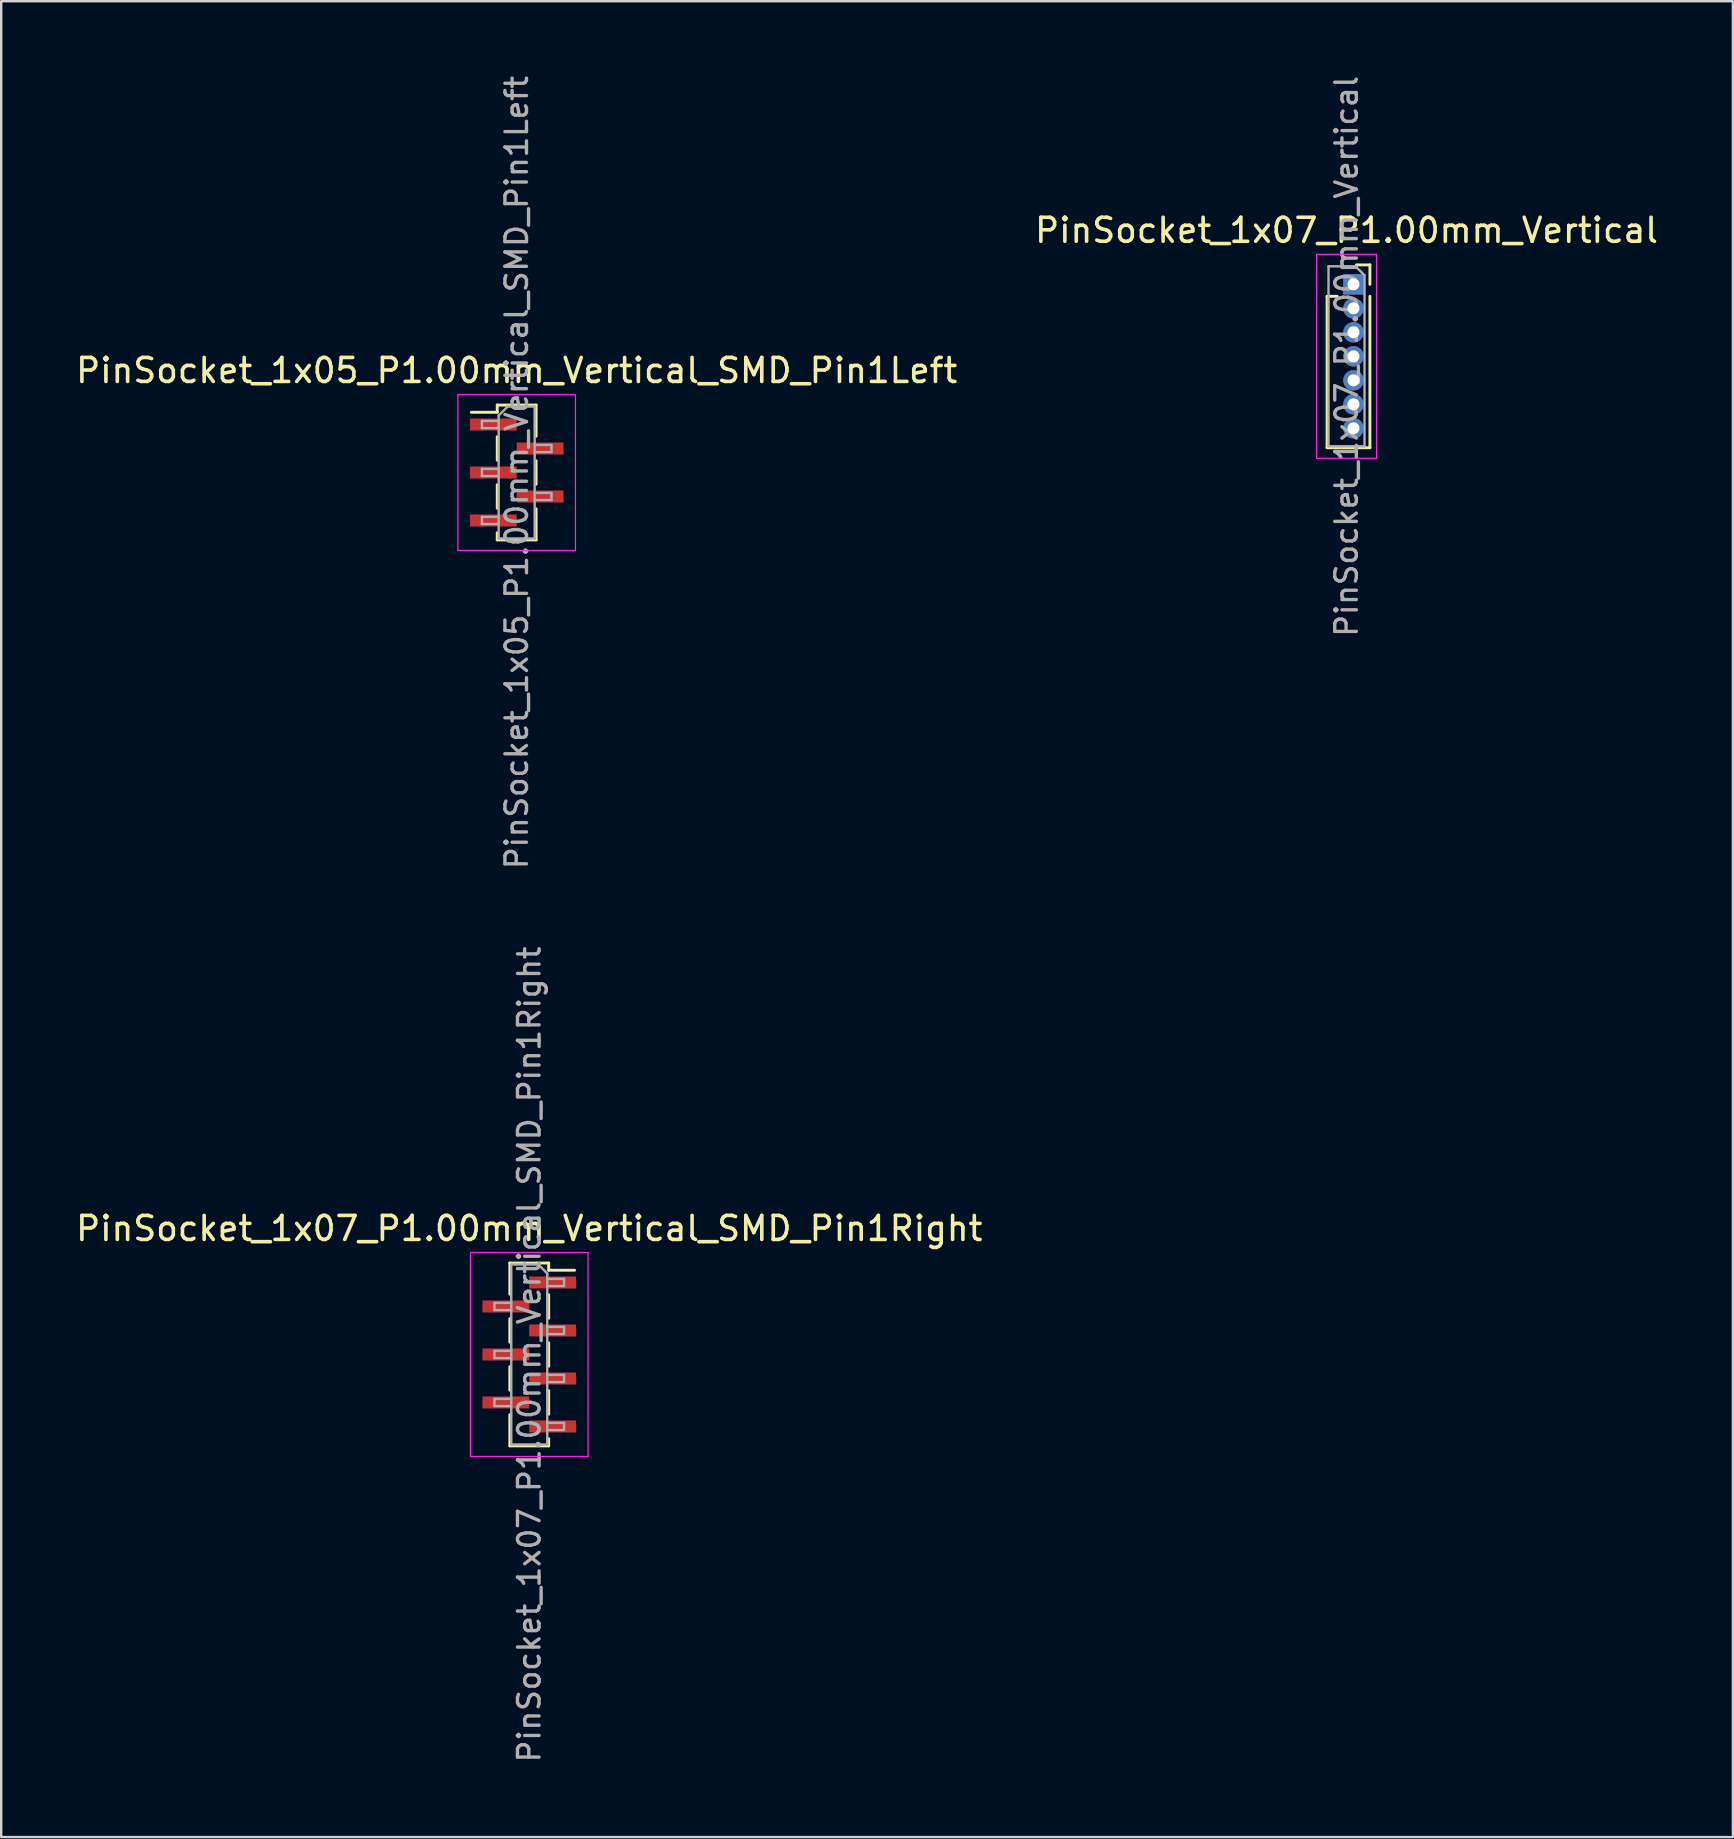
<source format=kicad_pcb>
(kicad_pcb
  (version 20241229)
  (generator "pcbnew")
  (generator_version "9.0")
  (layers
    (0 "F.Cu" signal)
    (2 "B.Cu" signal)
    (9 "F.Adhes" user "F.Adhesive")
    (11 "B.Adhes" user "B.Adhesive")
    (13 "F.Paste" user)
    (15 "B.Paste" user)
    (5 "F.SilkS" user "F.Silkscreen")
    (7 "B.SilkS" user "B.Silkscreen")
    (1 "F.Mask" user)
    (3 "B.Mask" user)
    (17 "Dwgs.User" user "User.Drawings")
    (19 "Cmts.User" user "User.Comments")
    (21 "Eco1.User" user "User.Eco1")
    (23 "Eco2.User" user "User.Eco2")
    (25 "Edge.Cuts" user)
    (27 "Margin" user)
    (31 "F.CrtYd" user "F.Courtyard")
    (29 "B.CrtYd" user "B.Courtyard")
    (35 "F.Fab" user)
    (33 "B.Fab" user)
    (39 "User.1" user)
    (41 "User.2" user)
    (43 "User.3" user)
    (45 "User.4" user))
  (footprint "PinSocket_1x05_P1.00mm_Vertical_SMD_Pin1Left"
    (layer "F.Cu")
    (at 18.482 16.641)
    (property "Reference" "PinSocket_1x05_P1.00mm_Vertical_SMD_Pin1Left" (at 0 -4.25 0) (layer "F.SilkS") (effects (font (size 1 1) (thickness 0.15))))
    (attr smd)
    (fp_line (start -1.89 -2.51) (end -0.81 -2.51) (stroke (width 0.12) (type solid)) (layer "F.SilkS"))
    (fp_line (start -0.81 -2.81) (end -0.81 -2.51) (stroke (width 0.12) (type solid)) (layer "F.SilkS"))
    (fp_line (start -0.81 -2.81) (end 0.81 -2.81) (stroke (width 0.12) (type solid)) (layer "F.SilkS"))
    (fp_line (start -0.81 -1.49) (end -0.81 -0.51) (stroke (width 0.12) (type solid)) (layer "F.SilkS"))
    (fp_line (start -0.81 0.51) (end -0.81 1.49) (stroke (width 0.12) (type solid)) (layer "F.SilkS"))
    (fp_line (start -0.81 2.51) (end -0.81 2.81) (stroke (width 0.12) (type solid)) (layer "F.SilkS"))
    (fp_line (start -0.81 2.81) (end 0.81 2.81) (stroke (width 0.12) (type solid)) (layer "F.SilkS"))
    (fp_line (start 0.81 -2.81) (end 0.81 -1.51) (stroke (width 0.12) (type solid)) (layer "F.SilkS"))
    (fp_line (start 0.81 -0.49) (end 0.81 0.49) (stroke (width 0.12) (type solid)) (layer "F.SilkS"))
    (fp_line (start 0.81 1.51) (end 0.81 2.81) (stroke (width 0.12) (type solid)) (layer "F.SilkS"))
    (fp_line (start -2.45 -3.25) (end 2.45 -3.25) (stroke (width 0.05) (type solid)) (layer "F.CrtYd"))
    (fp_line (start -2.45 3.25) (end -2.45 -3.25) (stroke (width 0.05) (type solid)) (layer "F.CrtYd"))
    (fp_line (start 2.45 -3.25) (end 2.45 3.25) (stroke (width 0.05) (type solid)) (layer "F.CrtYd"))
    (fp_line (start 2.45 3.25) (end -2.45 3.25) (stroke (width 0.05) (type solid)) (layer "F.CrtYd"))
    (fp_line (start -1.45 -2.15) (end -0.75 -2.15) (stroke (width 0.1) (type solid)) (layer "F.Fab"))
    (fp_line (start -1.45 -1.85) (end -1.45 -2.15) (stroke (width 0.1) (type solid)) (layer "F.Fab"))
    (fp_line (start -1.45 -0.15) (end -0.75 -0.15) (stroke (width 0.1) (type solid)) (layer "F.Fab"))
    (fp_line (start -1.45 0.15) (end -1.45 -0.15) (stroke (width 0.1) (type solid)) (layer "F.Fab"))
    (fp_line (start -1.45 1.85) (end -0.75 1.85) (stroke (width 0.1) (type solid)) (layer "F.Fab"))
    (fp_line (start -1.45 2.15) (end -1.45 1.85) (stroke (width 0.1) (type solid)) (layer "F.Fab"))
    (fp_line (start -0.75 -2.375) (end -0.375 -2.75) (stroke (width 0.1) (type solid)) (layer "F.Fab"))
    (fp_line (start -0.75 -1.85) (end -1.45 -1.85) (stroke (width 0.1) (type solid)) (layer "F.Fab"))
    (fp_line (start -0.75 0.15) (end -1.45 0.15) (stroke (width 0.1) (type solid)) (layer "F.Fab"))
    (fp_line (start -0.75 2.15) (end -1.45 2.15) (stroke (width 0.1) (type solid)) (layer "F.Fab"))
    (fp_line (start -0.75 2.75) (end -0.75 -2.375) (stroke (width 0.1) (type solid)) (layer "F.Fab"))
    (fp_line (start -0.375 -2.75) (end 0.75 -2.75) (stroke (width 0.1) (type solid)) (layer "F.Fab"))
    (fp_line (start 0.75 -2.75) (end 0.75 2.75) (stroke (width 0.1) (type solid)) (layer "F.Fab"))
    (fp_line (start 0.75 -1.15) (end 1.45 -1.15) (stroke (width 0.1) (type solid)) (layer "F.Fab"))
    (fp_line (start 0.75 0.85) (end 1.45 0.85) (stroke (width 0.1) (type solid)) (layer "F.Fab"))
    (fp_line (start 0.75 2.75) (end -0.75 2.75) (stroke (width 0.1) (type solid)) (layer "F.Fab"))
    (fp_line (start 1.45 -1.15) (end 1.45 -0.85) (stroke (width 0.1) (type solid)) (layer "F.Fab"))
    (fp_line (start 1.45 -0.85) (end 0.75 -0.85) (stroke (width 0.1) (type solid)) (layer "F.Fab"))
    (fp_line (start 1.45 0.85) (end 1.45 1.15) (stroke (width 0.1) (type solid)) (layer "F.Fab"))
    (fp_line (start 1.45 1.15) (end 0.75 1.15) (stroke (width 0.1) (type solid)) (layer "F.Fab"))
    (fp_text user "${REFERENCE}" (at 0 0 90) (layer "F.Fab") (effects (font (size 0.9 0.9) (thickness 0.14))))
    (pad "1" smd rect (at -0.975 -2) (size 1.95 0.5) (layers "F.Cu" "F.Mask" "F.Paste"))
    (pad "2" smd rect (at 0.975 -1) (size 1.95 0.5) (layers "F.Cu" "F.Mask" "F.Paste"))
    (pad "3" smd rect (at -0.975 0) (size 1.95 0.5) (layers "F.Cu" "F.Mask" "F.Paste"))
    (pad "4" smd rect (at 0.975 1) (size 1.95 0.5) (layers "F.Cu" "F.Mask" "F.Paste"))
    (pad "5" smd rect (at -0.975 2) (size 1.95 0.5) (layers "F.Cu" "F.Mask" "F.Paste")))
  (footprint "PinSocket_1x07_P1.00mm_Vertical"
    (layer "F.Cu")
    (at 53.355 8.799)
    (property "Reference" "PinSocket_1x07_P1.00mm_Vertical" (at -0.29 -2.25 0) (layer "F.SilkS") (effects (font (size 1 1) (thickness 0.15))))
    (attr through_hole)
    (fp_line (start -1.1 0.5) (end -1.1 6.81) (stroke (width 0.12) (type solid)) (layer "F.SilkS"))
    (fp_line (start -1.1 0.5) (end -0.674 0.5) (stroke (width 0.12) (type solid)) (layer "F.SilkS"))
    (fp_line (start -1.1 6.81) (end 0.685 6.81) (stroke (width 0.12) (type solid)) (layer "F.SilkS"))
    (fp_line (start 0.125 -0.81) (end 0.685 -0.81) (stroke (width 0.12) (type solid)) (layer "F.SilkS"))
    (fp_line (start 0.685 -0.81) (end 0.685 0) (stroke (width 0.12) (type solid)) (layer "F.SilkS"))
    (fp_line (start 0.685 0.5) (end 0.685 6.81) (stroke (width 0.12) (type solid)) (layer "F.SilkS"))
    (fp_line (start -1.54 -1.25) (end 0.96 -1.25) (stroke (width 0.05) (type solid)) (layer "F.CrtYd"))
    (fp_line (start -1.54 7.25) (end -1.54 -1.25) (stroke (width 0.05) (type solid)) (layer "F.CrtYd"))
    (fp_line (start 0.96 -1.25) (end 0.96 7.25) (stroke (width 0.05) (type solid)) (layer "F.CrtYd"))
    (fp_line (start 0.96 7.25) (end -1.54 7.25) (stroke (width 0.05) (type solid)) (layer "F.CrtYd"))
    (fp_line (start -1.04 -0.75) (end 0.085 -0.75) (stroke (width 0.1) (type solid)) (layer "F.Fab"))
    (fp_line (start -1.04 6.75) (end -1.04 -0.75) (stroke (width 0.1) (type solid)) (layer "F.Fab"))
    (fp_line (start 0.085 -0.75) (end 0.46 -0.375) (stroke (width 0.1) (type solid)) (layer "F.Fab"))
    (fp_line (start 0.46 -0.375) (end 0.46 6.75) (stroke (width 0.1) (type solid)) (layer "F.Fab"))
    (fp_line (start 0.46 6.75) (end -1.04 6.75) (stroke (width 0.1) (type solid)) (layer "F.Fab"))
    (fp_text user "${REFERENCE}" (at -0.29 3 90) (layer "F.Fab") (effects (font (size 0.9 0.9) (thickness 0.14))))
    (pad "1" thru_hole rect (at 0 0) (size 0.85 0.85) (drill 0.5) (layers "*.Cu" "*.Mask"))
    (pad "2" thru_hole oval (at 0 1) (size 0.85 0.85) (drill 0.5) (layers "*.Cu" "*.Mask"))
    (pad "3" thru_hole oval (at 0 2) (size 0.85 0.85) (drill 0.5) (layers "*.Cu" "*.Mask"))
    (pad "4" thru_hole oval (at 0 3) (size 0.85 0.85) (drill 0.5) (layers "*.Cu" "*.Mask"))
    (pad "5" thru_hole oval (at 0 4) (size 0.85 0.85) (drill 0.5) (layers "*.Cu" "*.Mask"))
    (pad "6" thru_hole oval (at 0 5) (size 0.85 0.85) (drill 0.5) (layers "*.Cu" "*.Mask"))
    (pad "7" thru_hole oval (at 0 6) (size 0.85 0.85) (drill 0.5) (layers "*.Cu" "*.Mask")))
  (footprint "PinSocket_1x07_P1.00mm_Vertical_SMD_Pin1Right"
    (layer "F.Cu")
    (at 19.006 53.396)
    (property "Reference" "PinSocket_1x07_P1.00mm_Vertical_SMD_Pin1Right" (at 0 -5.25 0) (layer "F.SilkS") (effects (font (size 1 1) (thickness 0.15))))
    (attr smd)
    (fp_line (start -0.81 -3.81) (end -0.81 -2.51) (stroke (width 0.12) (type solid)) (layer "F.SilkS"))
    (fp_line (start -0.81 -3.81) (end 0.81 -3.81) (stroke (width 0.12) (type solid)) (layer "F.SilkS"))
    (fp_line (start -0.81 -1.49) (end -0.81 -0.51) (stroke (width 0.12) (type solid)) (layer "F.SilkS"))
    (fp_line (start -0.81 0.51) (end -0.81 1.49) (stroke (width 0.12) (type solid)) (layer "F.SilkS"))
    (fp_line (start -0.81 2.51) (end -0.81 3.81) (stroke (width 0.12) (type solid)) (layer "F.SilkS"))
    (fp_line (start -0.81 3.81) (end 0.81 3.81) (stroke (width 0.12) (type solid)) (layer "F.SilkS"))
    (fp_line (start 0.81 -3.81) (end 0.81 -3.51) (stroke (width 0.12) (type solid)) (layer "F.SilkS"))
    (fp_line (start 0.81 -3.51) (end 1.89 -3.51) (stroke (width 0.12) (type solid)) (layer "F.SilkS"))
    (fp_line (start 0.81 -2.49) (end 0.81 -1.51) (stroke (width 0.12) (type solid)) (layer "F.SilkS"))
    (fp_line (start 0.81 -0.49) (end 0.81 0.49) (stroke (width 0.12) (type solid)) (layer "F.SilkS"))
    (fp_line (start 0.81 1.51) (end 0.81 2.49) (stroke (width 0.12) (type solid)) (layer "F.SilkS"))
    (fp_line (start 0.81 3.51) (end 0.81 3.81) (stroke (width 0.12) (type solid)) (layer "F.SilkS"))
    (fp_line (start -2.45 -4.25) (end 2.45 -4.25) (stroke (width 0.05) (type solid)) (layer "F.CrtYd"))
    (fp_line (start -2.45 4.25) (end -2.45 -4.25) (stroke (width 0.05) (type solid)) (layer "F.CrtYd"))
    (fp_line (start 2.45 -4.25) (end 2.45 4.25) (stroke (width 0.05) (type solid)) (layer "F.CrtYd"))
    (fp_line (start 2.45 4.25) (end -2.45 4.25) (stroke (width 0.05) (type solid)) (layer "F.CrtYd"))
    (fp_line (start -1.45 -2.15) (end -0.75 -2.15) (stroke (width 0.1) (type solid)) (layer "F.Fab"))
    (fp_line (start -1.45 -1.85) (end -1.45 -2.15) (stroke (width 0.1) (type solid)) (layer "F.Fab"))
    (fp_line (start -1.45 -0.15) (end -0.75 -0.15) (stroke (width 0.1) (type solid)) (layer "F.Fab"))
    (fp_line (start -1.45 0.15) (end -1.45 -0.15) (stroke (width 0.1) (type solid)) (layer "F.Fab"))
    (fp_line (start -1.45 1.85) (end -0.75 1.85) (stroke (width 0.1) (type solid)) (layer "F.Fab"))
    (fp_line (start -1.45 2.15) (end -1.45 1.85) (stroke (width 0.1) (type solid)) (layer "F.Fab"))
    (fp_line (start -0.75 -3.75) (end 0.375 -3.75) (stroke (width 0.1) (type solid)) (layer "F.Fab"))
    (fp_line (start -0.75 -1.85) (end -1.45 -1.85) (stroke (width 0.1) (type solid)) (layer "F.Fab"))
    (fp_line (start -0.75 0.15) (end -1.45 0.15) (stroke (width 0.1) (type solid)) (layer "F.Fab"))
    (fp_line (start -0.75 2.15) (end -1.45 2.15) (stroke (width 0.1) (type solid)) (layer "F.Fab"))
    (fp_line (start -0.75 3.75) (end -0.75 -3.75) (stroke (width 0.1) (type solid)) (layer "F.Fab"))
    (fp_line (start 0.375 -3.75) (end 0.75 -3.375) (stroke (width 0.1) (type solid)) (layer "F.Fab"))
    (fp_line (start 0.75 -3.375) (end 0.75 3.75) (stroke (width 0.1) (type solid)) (layer "F.Fab"))
    (fp_line (start 0.75 -3.15) (end 1.45 -3.15) (stroke (width 0.1) (type solid)) (layer "F.Fab"))
    (fp_line (start 0.75 -1.15) (end 1.45 -1.15) (stroke (width 0.1) (type solid)) (layer "F.Fab"))
    (fp_line (start 0.75 0.85) (end 1.45 0.85) (stroke (width 0.1) (type solid)) (layer "F.Fab"))
    (fp_line (start 0.75 2.85) (end 1.45 2.85) (stroke (width 0.1) (type solid)) (layer "F.Fab"))
    (fp_line (start 0.75 3.75) (end -0.75 3.75) (stroke (width 0.1) (type solid)) (layer "F.Fab"))
    (fp_line (start 1.45 -3.15) (end 1.45 -2.85) (stroke (width 0.1) (type solid)) (layer "F.Fab"))
    (fp_line (start 1.45 -2.85) (end 0.75 -2.85) (stroke (width 0.1) (type solid)) (layer "F.Fab"))
    (fp_line (start 1.45 -1.15) (end 1.45 -0.85) (stroke (width 0.1) (type solid)) (layer "F.Fab"))
    (fp_line (start 1.45 -0.85) (end 0.75 -0.85) (stroke (width 0.1) (type solid)) (layer "F.Fab"))
    (fp_line (start 1.45 0.85) (end 1.45 1.15) (stroke (width 0.1) (type solid)) (layer "F.Fab"))
    (fp_line (start 1.45 1.15) (end 0.75 1.15) (stroke (width 0.1) (type solid)) (layer "F.Fab"))
    (fp_line (start 1.45 2.85) (end 1.45 3.15) (stroke (width 0.1) (type solid)) (layer "F.Fab"))
    (fp_line (start 1.45 3.15) (end 0.75 3.15) (stroke (width 0.1) (type solid)) (layer "F.Fab"))
    (fp_text user "${REFERENCE}" (at 0 0 90) (layer "F.Fab") (effects (font (size 0.9 0.9) (thickness 0.14))))
    (pad "1" smd rect (at 0.975 -3) (size 1.95 0.5) (layers "F.Cu" "F.Mask" "F.Paste"))
    (pad "2" smd rect (at -0.975 -2) (size 1.95 0.5) (layers "F.Cu" "F.Mask" "F.Paste"))
    (pad "3" smd rect (at 0.975 -1) (size 1.95 0.5) (layers "F.Cu" "F.Mask" "F.Paste"))
    (pad "4" smd rect (at -0.975 0) (size 1.95 0.5) (layers "F.Cu" "F.Mask" "F.Paste"))
    (pad "5" smd rect (at 0.975 1) (size 1.95 0.5) (layers "F.Cu" "F.Mask" "F.Paste"))
    (pad "6" smd rect (at -0.975 2) (size 1.95 0.5) (layers "F.Cu" "F.Mask" "F.Paste"))
    (pad "7" smd rect (at 0.975 3) (size 1.95 0.5) (layers "F.Cu" "F.Mask" "F.Paste")))
  (gr_rect
    (start -3 -3)
    (end 69.167 73.509)
    (stroke (width 0.1) (type default))
    (fill no)
    (layer "Edge.Cuts")))
</source>
